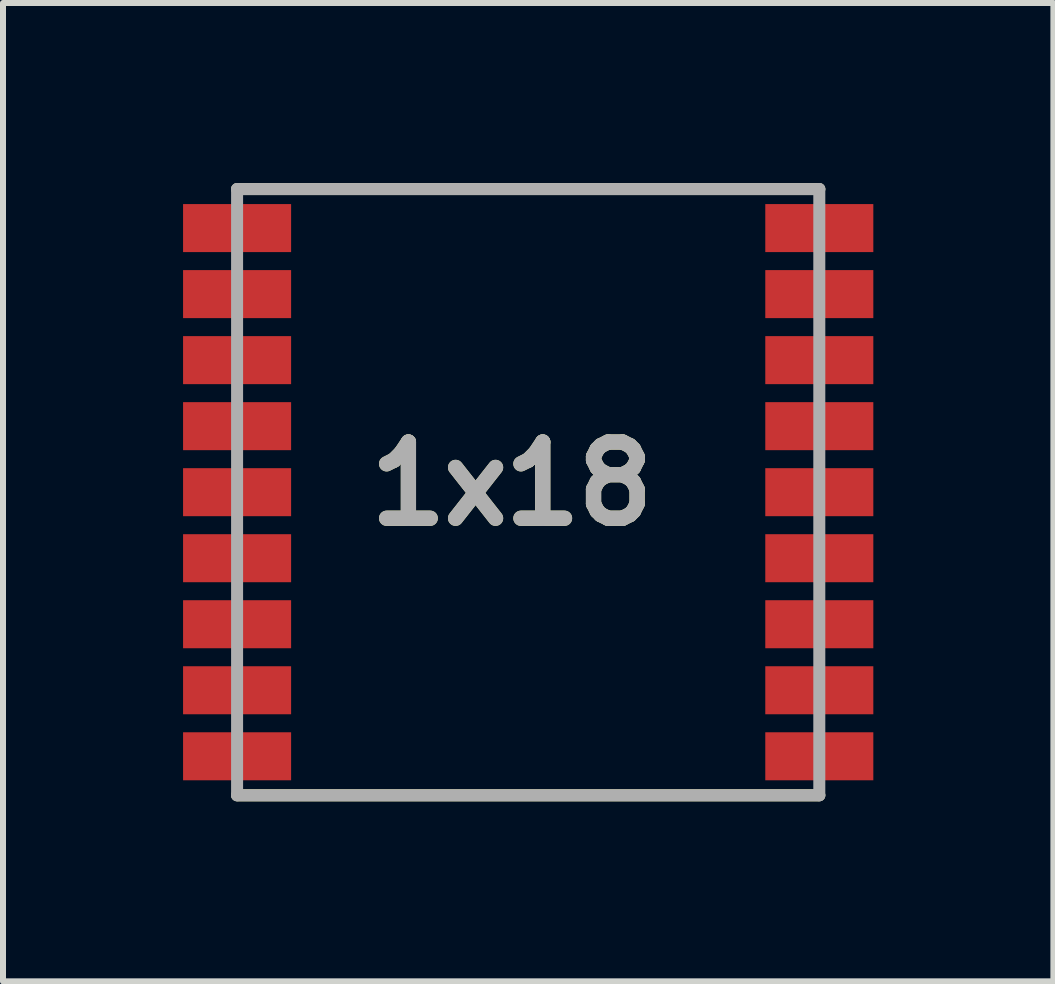
<source format=kicad_pcb>
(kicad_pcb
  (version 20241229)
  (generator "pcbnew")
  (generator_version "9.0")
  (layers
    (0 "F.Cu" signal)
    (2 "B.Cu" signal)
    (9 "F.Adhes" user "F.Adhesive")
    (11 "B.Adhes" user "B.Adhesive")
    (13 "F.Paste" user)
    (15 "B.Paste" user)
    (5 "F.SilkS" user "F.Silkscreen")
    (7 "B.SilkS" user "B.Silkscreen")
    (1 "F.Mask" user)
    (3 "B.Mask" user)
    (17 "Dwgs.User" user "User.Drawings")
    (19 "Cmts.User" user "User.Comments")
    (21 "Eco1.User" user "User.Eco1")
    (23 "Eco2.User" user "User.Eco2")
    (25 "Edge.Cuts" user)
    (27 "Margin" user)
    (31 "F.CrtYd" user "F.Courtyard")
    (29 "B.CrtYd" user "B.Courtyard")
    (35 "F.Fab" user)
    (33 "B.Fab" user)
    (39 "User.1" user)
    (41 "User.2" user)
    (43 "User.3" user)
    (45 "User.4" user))
  (footprint "1x18"
    (layer "F.Cu")
    (at 5.75 5.15)
    (property "Reference" "1x18" (at -0.272 -0.14 0) (layer "F.SilkS") (effects (font (size 1.27 1.27) (thickness 0.254))))
    (attr smd)
    (fp_line (start -4.85 -5.05) (end 4.85 -5.05) (stroke (width 0.2) (type solid)) (layer "F.SilkS"))
    (fp_line (start 4.85 5.05) (end -4.85 5.05) (stroke (width 0.2) (type solid)) (layer "F.SilkS"))
    (fp_line (start -4.85 -5.05) (end 4.85 -5.05) (stroke (width 0.2) (type solid)) (layer "F.Fab"))
    (fp_line (start -4.85 5.05) (end -4.85 -5.05) (stroke (width 0.2) (type solid)) (layer "F.Fab"))
    (fp_line (start 4.85 -5.05) (end 4.85 5.05) (stroke (width 0.2) (type solid)) (layer "F.Fab"))
    (fp_line (start 4.85 5.05) (end -4.85 5.05) (stroke (width 0.2) (type solid)) (layer "F.Fab"))
    (fp_text user "${REFERENCE}" (at -0.272 -0.14 0) (layer "F.Fab") (effects (font (size 1.27 1.27) (thickness 0.254))))
    (pad "1" smd rect (at -4.85 -4.4 90) (size 0.8 1.8) (layers "F.Cu" "F.Mask" "F.Paste"))
    (pad "2" smd rect (at -4.85 -3.3 90) (size 0.8 1.8) (layers "F.Cu" "F.Mask" "F.Paste"))
    (pad "3" smd rect (at -4.85 -2.2 90) (size 0.8 1.8) (layers "F.Cu" "F.Mask" "F.Paste"))
    (pad "4" smd rect (at -4.85 -1.1 90) (size 0.8 1.8) (layers "F.Cu" "F.Mask" "F.Paste"))
    (pad "5" smd rect (at -4.85 0 90) (size 0.8 1.8) (layers "F.Cu" "F.Mask" "F.Paste"))
    (pad "6" smd rect (at -4.85 1.1 90) (size 0.8 1.8) (layers "F.Cu" "F.Mask" "F.Paste"))
    (pad "7" smd rect (at -4.85 2.2 90) (size 0.8 1.8) (layers "F.Cu" "F.Mask" "F.Paste"))
    (pad "8" smd rect (at -4.85 3.3 90) (size 0.8 1.8) (layers "F.Cu" "F.Mask" "F.Paste"))
    (pad "9" smd rect (at -4.85 4.4 90) (size 0.8 1.8) (layers "F.Cu" "F.Mask" "F.Paste"))
    (pad "10" smd rect (at 4.85 4.4 90) (size 0.8 1.8) (layers "F.Cu" "F.Mask" "F.Paste"))
    (pad "11" smd rect (at 4.85 3.3 90) (size 0.8 1.8) (layers "F.Cu" "F.Mask" "F.Paste"))
    (pad "12" smd rect (at 4.85 2.2 90) (size 0.8 1.8) (layers "F.Cu" "F.Mask" "F.Paste"))
    (pad "13" smd rect (at 4.85 1.1 90) (size 0.8 1.8) (layers "F.Cu" "F.Mask" "F.Paste"))
    (pad "14" smd rect (at 4.85 0 90) (size 0.8 1.8) (layers "F.Cu" "F.Mask" "F.Paste"))
    (pad "15" smd rect (at 4.85 -1.1 90) (size 0.8 1.8) (layers "F.Cu" "F.Mask" "F.Paste"))
    (pad "16" smd rect (at 4.85 -2.2 90) (size 0.8 1.8) (layers "F.Cu" "F.Mask" "F.Paste"))
    (pad "17" smd rect (at 4.85 -3.3 90) (size 0.8 1.8) (layers "F.Cu" "F.Mask" "F.Paste"))
    (pad "18" smd rect (at 4.85 -4.4 90) (size 0.8 1.8) (layers "F.Cu" "F.Mask" "F.Paste")))
  (gr_rect
    (start -3 -3)
    (end 14.5 13.3)
    (stroke (width 0.1) (type default))
    (fill no)
    (layer "Edge.Cuts")))
</source>
